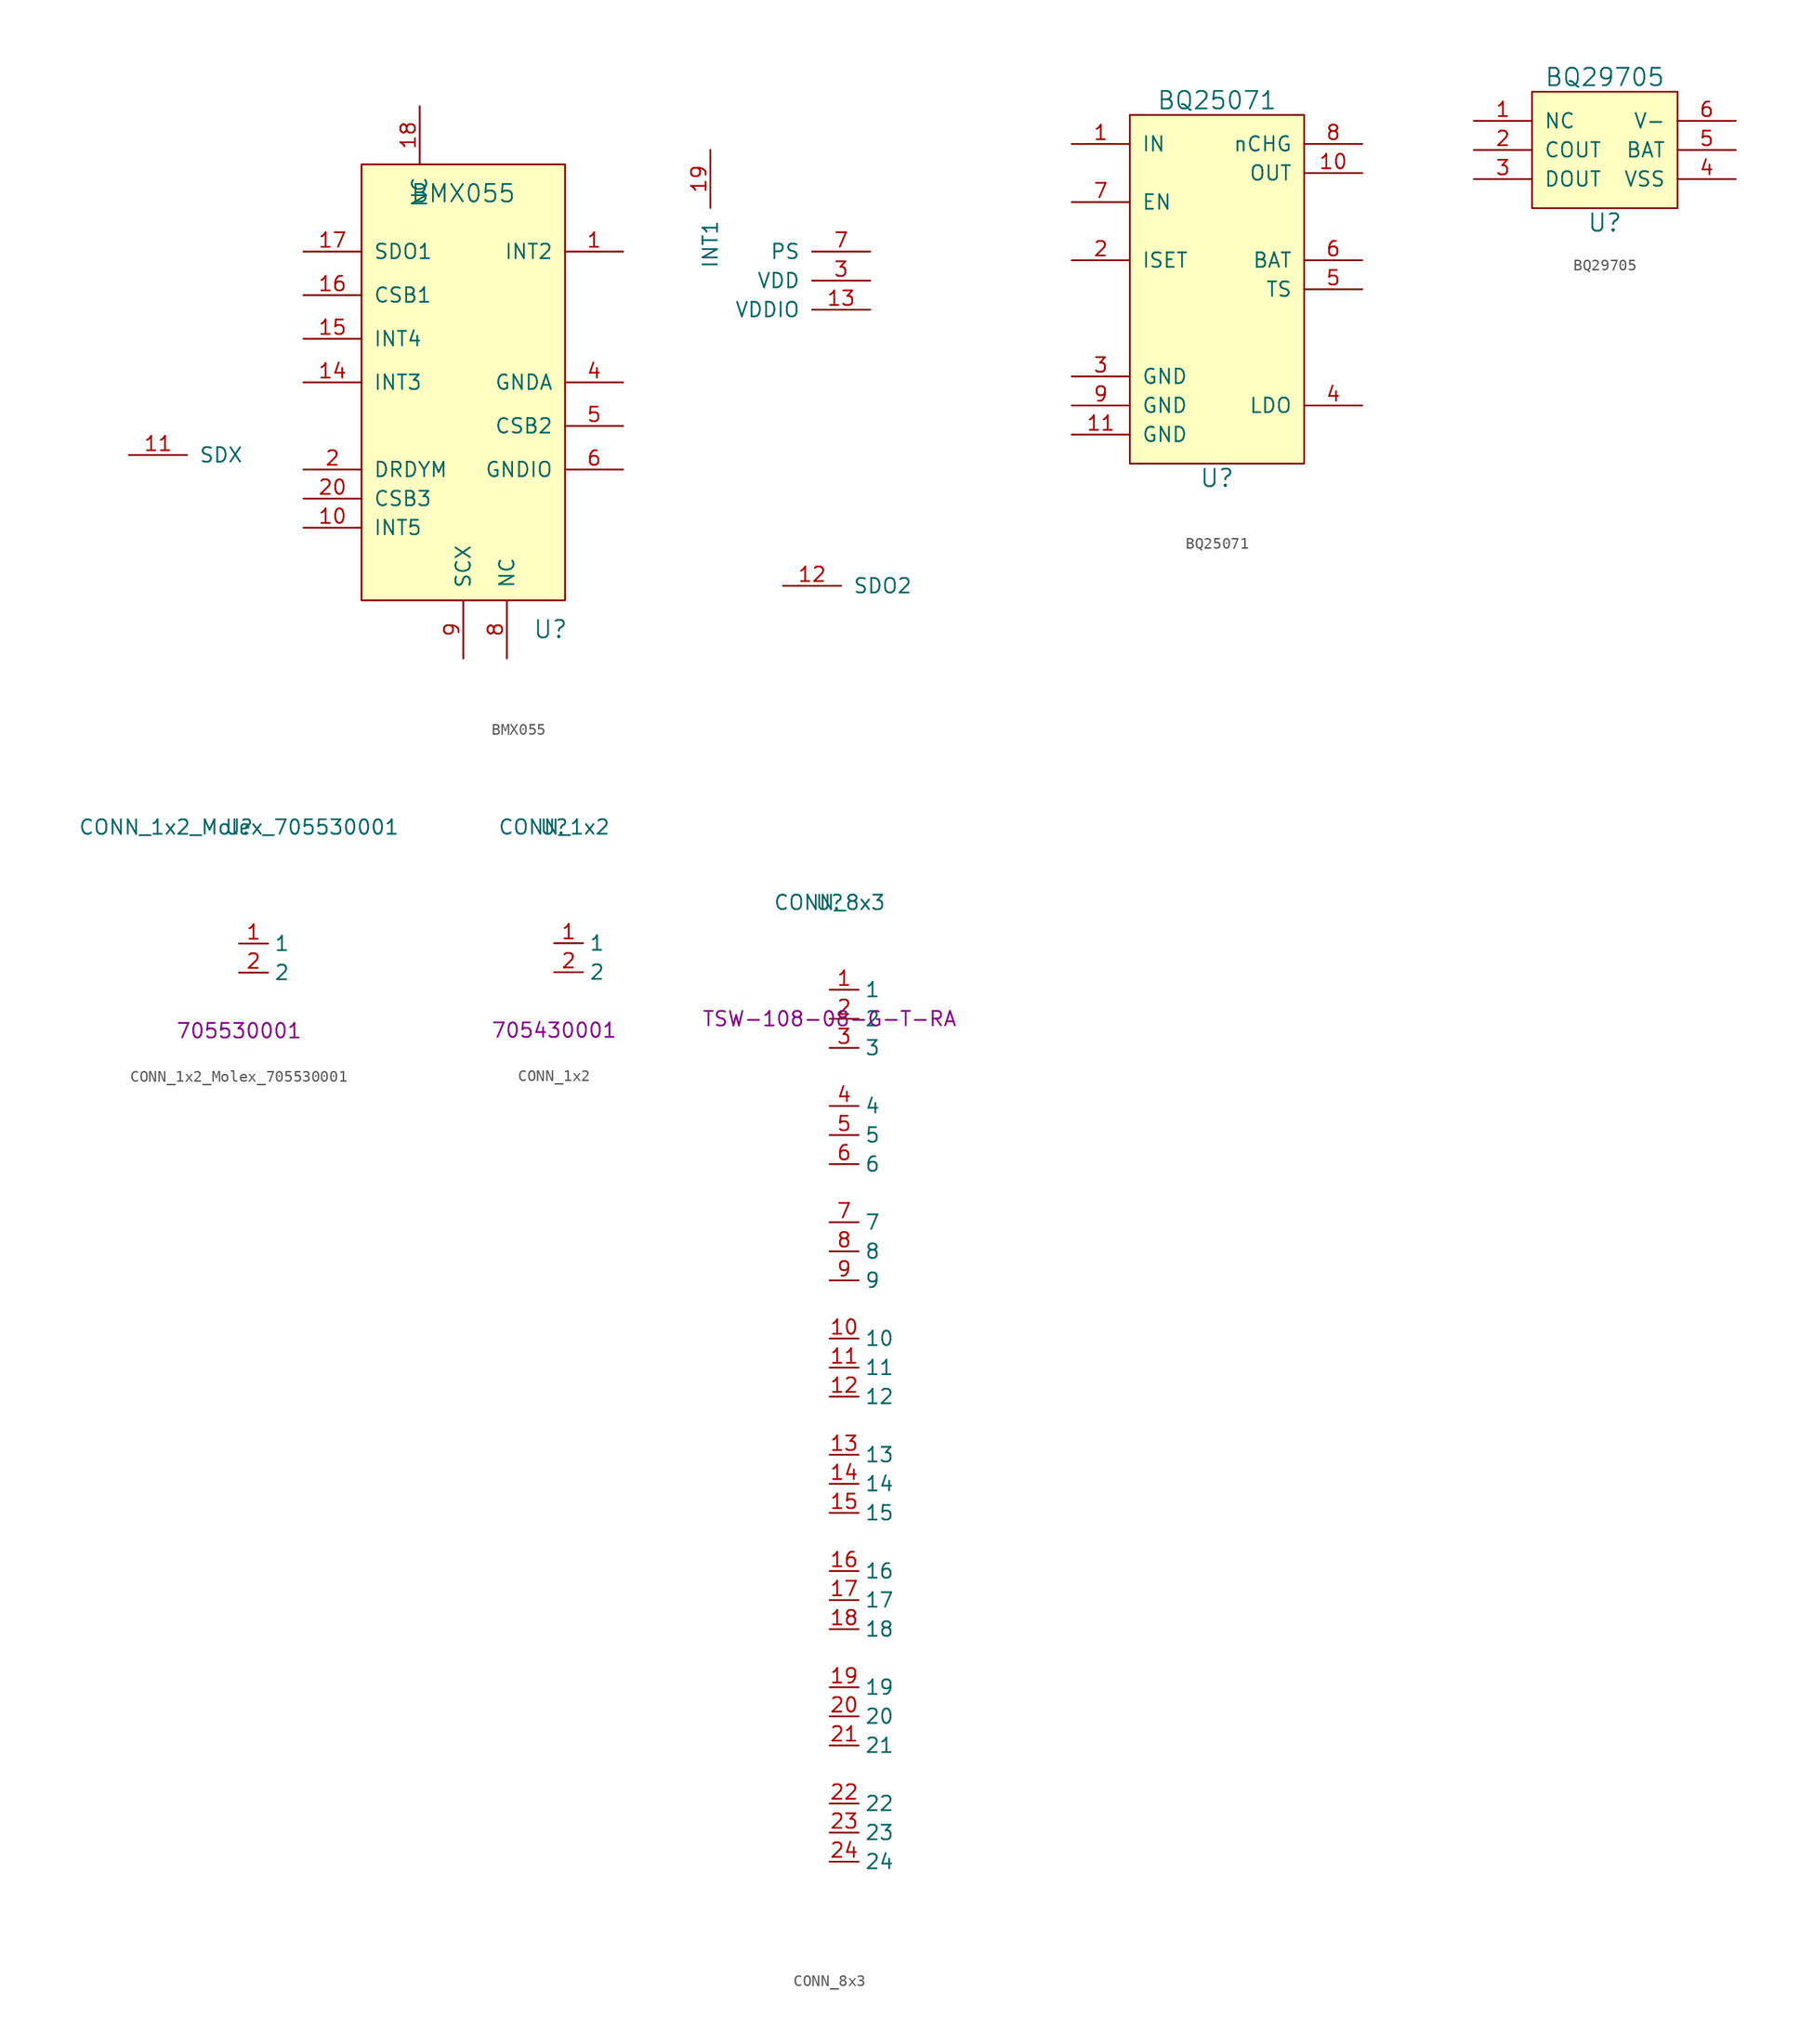
<source format=kicad_sym>
(kicad_symbol_lib
  (version 20211014)
  (generator kicad_symbol_editor)
  (symbol "BMX055"
    (pin_names
      (offset 1.016))
    (property "Reference" "U"
      (at 7.62 -21.59 0)
      (effects (font (size 1.524 1.524))))
    (property "Value" "BMX055"
      (at 0 16.51 0)
      (effects (font (size 1.524 1.524))))
    (property "Footprint" ""
      (at 0 0 0)
      (effects (font (size 1.524 1.524))))
    (property "Datasheet" ""
      (at 0 0 0)
      (effects (font (size 1.524 1.524))))
    (symbol "BMX055_0_1"
      (rectangle (start -8.89 19.05) (end 8.89 -19.05) (stroke (width 0) (type default) (color 0 0 0 0)) (fill (type background))))
    (symbol "BMX055_1_1"
      (pin input line (at 13.97 11.43 180) (length 5.08) (name "INT2" (effects (font (size 1.27 1.27)))) (number "1" (effects (font (size 1.27 1.27)))))
      (pin input line (at -13.97 -12.7 0) (length 5.08) (name "INT5" (effects (font (size 1.27 1.27)))) (number "10" (effects (font (size 1.27 1.27)))))
      (pin input line (at -29.21 -6.35 0) (length 5.08) (name "SDX" (effects (font (size 1.27 1.27)))) (number "11" (effects (font (size 1.27 1.27)))))
      (pin input line (at 27.94 -17.78 0) (length 5.08) (name "SDO2" (effects (font (size 1.27 1.27)))) (number "12" (effects (font (size 1.27 1.27)))))
      (pin input line (at 35.56 6.35 180) (length 5.08) (name "VDDIO" (effects (font (size 1.27 1.27)))) (number "13" (effects (font (size 1.27 1.27)))))
      (pin input line (at -13.97 0 0) (length 5.08) (name "INT3" (effects (font (size 1.27 1.27)))) (number "14" (effects (font (size 1.27 1.27)))))
      (pin input line (at -13.97 3.81 0) (length 5.08) (name "INT4" (effects (font (size 1.27 1.27)))) (number "15" (effects (font (size 1.27 1.27)))))
      (pin input line (at -13.97 7.62 0) (length 5.08) (name "CSB1" (effects (font (size 1.27 1.27)))) (number "16" (effects (font (size 1.27 1.27)))))
      (pin input line (at -13.97 11.43 0) (length 5.08) (name "SDO1" (effects (font (size 1.27 1.27)))) (number "17" (effects (font (size 1.27 1.27)))))
      (pin input line (at -3.81 24.13 270) (length 5.08) (name "NC" (effects (font (size 1.27 1.27)))) (number "18" (effects (font (size 1.27 1.27)))))
      (pin input line (at 21.59 20.32 270) (length 5.08) (name "INT1" (effects (font (size 1.27 1.27)))) (number "19" (effects (font (size 1.27 1.27)))))
      (pin input line (at -13.97 -7.62 0) (length 5.08) (name "DRDYM" (effects (font (size 1.27 1.27)))) (number "2" (effects (font (size 1.27 1.27)))))
      (pin input line (at -13.97 -10.16 0) (length 5.08) (name "CSB3" (effects (font (size 1.27 1.27)))) (number "20" (effects (font (size 1.27 1.27)))))
      (pin input line (at 35.56 8.89 180) (length 5.08) (name "VDD" (effects (font (size 1.27 1.27)))) (number "3" (effects (font (size 1.27 1.27)))))
      (pin input line (at 13.97 0 180) (length 5.08) (name "GNDA" (effects (font (size 1.27 1.27)))) (number "4" (effects (font (size 1.27 1.27)))))
      (pin input line (at 13.97 -3.81 180) (length 5.08) (name "CSB2" (effects (font (size 1.27 1.27)))) (number "5" (effects (font (size 1.27 1.27)))))
      (pin input line (at 13.97 -7.62 180) (length 5.08) (name "GNDIO" (effects (font (size 1.27 1.27)))) (number "6" (effects (font (size 1.27 1.27)))))
      (pin input line (at 35.56 11.43 180) (length 5.08) (name "PS" (effects (font (size 1.27 1.27)))) (number "7" (effects (font (size 1.27 1.27)))))
      (pin input line (at 3.81 -24.13 90) (length 5.08) (name "NC" (effects (font (size 1.27 1.27)))) (number "8" (effects (font (size 1.27 1.27)))))
      (pin input line (at 0 -24.13 90) (length 5.08) (name "SCX" (effects (font (size 1.27 1.27)))) (number "9" (effects (font (size 1.27 1.27)))))))
  (symbol "BQ25071"
    (pin_names
      (offset 1.016))
    (property "Reference" "U"
      (at 0 -19.05 0)
      (effects (font (size 1.524 1.524))))
    (property "Value" "BQ25071"
      (at 0 13.97 0)
      (effects (font (size 1.524 1.524))))
    (property "Footprint" ""
      (at -5.08 8.89 0)
      (effects (font (size 1.524 1.524))))
    (property "Datasheet" ""
      (at -5.08 8.89 0)
      (effects (font (size 1.524 1.524))))
    (symbol "BQ25071_0_1"
      (rectangle (start -7.62 12.7) (end 7.62 -17.78) (stroke (width 0) (type default) (color 0 0 0 0)) (fill (type background))))
    (symbol "BQ25071_1_1"
      (pin input line (at -12.7 10.16 0) (length 5.08) (name "IN" (effects (font (size 1.27 1.27)))) (number "1" (effects (font (size 1.27 1.27)))))
      (pin input line (at 12.7 7.62 180) (length 5.08) (name "OUT" (effects (font (size 1.27 1.27)))) (number "10" (effects (font (size 1.27 1.27)))))
      (pin input line (at -12.7 -15.24 0) (length 5.08) (name "GND" (effects (font (size 1.27 1.27)))) (number "11" (effects (font (size 1.27 1.27)))))
      (pin input line (at -12.7 0 0) (length 5.08) (name "ISET" (effects (font (size 1.27 1.27)))) (number "2" (effects (font (size 1.27 1.27)))))
      (pin input line (at -12.7 -10.16 0) (length 5.08) (name "GND" (effects (font (size 1.27 1.27)))) (number "3" (effects (font (size 1.27 1.27)))))
      (pin input line (at 12.7 -12.7 180) (length 5.08) (name "LDO" (effects (font (size 1.27 1.27)))) (number "4" (effects (font (size 1.27 1.27)))))
      (pin input line (at 12.7 -2.54 180) (length 5.08) (name "TS" (effects (font (size 1.27 1.27)))) (number "5" (effects (font (size 1.27 1.27)))))
      (pin input line (at 12.7 0 180) (length 5.08) (name "BAT" (effects (font (size 1.27 1.27)))) (number "6" (effects (font (size 1.27 1.27)))))
      (pin input line (at -12.7 5.08 0) (length 5.08) (name "EN" (effects (font (size 1.27 1.27)))) (number "7" (effects (font (size 1.27 1.27)))))
      (pin input line (at 12.7 10.16 180) (length 5.08) (name "nCHG" (effects (font (size 1.27 1.27)))) (number "8" (effects (font (size 1.27 1.27)))))
      (pin input line (at -12.7 -12.7 0) (length 5.08) (name "GND" (effects (font (size 1.27 1.27)))) (number "9" (effects (font (size 1.27 1.27)))))))
  (symbol "BQ29705"
    (pin_names
      (offset 1.016))
    (property "Reference" "U"
      (at 0 -6.35 0)
      (effects (font (size 1.524 1.524))))
    (property "Value" "BQ29705"
      (at 0 6.35 0)
      (effects (font (size 1.524 1.524))))
    (symbol "BQ29705_0_1"
      (rectangle (start -6.35 -5.08) (end 6.35 5.08) (stroke (width 0) (type default) (color 0 0 0 0)) (fill (type background))))
    (symbol "BQ29705_1_1"
      (pin input line (at -11.43 2.54 0) (length 5.08) (name "NC" (effects (font (size 1.27 1.27)))) (number "1" (effects (font (size 1.27 1.27)))))
      (pin input line (at -11.43 0 0) (length 5.08) (name "COUT" (effects (font (size 1.27 1.27)))) (number "2" (effects (font (size 1.27 1.27)))))
      (pin input line (at -11.43 -2.54 0) (length 5.08) (name "DOUT" (effects (font (size 1.27 1.27)))) (number "3" (effects (font (size 1.27 1.27)))))
      (pin input line (at 11.43 -2.54 180) (length 5.08) (name "VSS" (effects (font (size 1.27 1.27)))) (number "4" (effects (font (size 1.27 1.27)))))
      (pin input line (at 11.43 0 180) (length 5.08) (name "BAT" (effects (font (size 1.27 1.27)))) (number "5" (effects (font (size 1.27 1.27)))))
      (pin input line (at 11.43 2.54 180) (length 5.08) (name "V-" (effects (font (size 1.27 1.27)))) (number "6" (effects (font (size 1.27 1.27)))))))
  (symbol "CONN_1x2_Molex_705530001"
    (property "Reference" "U"
      (at 0 10.16 0)
      (effects (font (size 1.27 1.27))))
    (property "Value" "CONN_1x2_Molex_705530001"
      (at 0 10.16 0)
      (effects (font (size 1.27 1.27))))
    (property "Part Number" "705530001"
      (at 0 -7.62 0)
      (effects (font (size 1.27 1.27))))
    (symbol "CONN_1x2_Molex_705530001_1_1"
      (pin input line (at 0 0 0) (length 2.54) (name "1" (effects (font (size 1.27 1.27)))) (number "1" (effects (font (size 1.27 1.27)))))
      (pin input line (at 0 -2.54 0) (length 2.54) (name "2" (effects (font (size 1.27 1.27)))) (number "2" (effects (font (size 1.27 1.27)))))))
  (symbol "CONN_1x2"
    (property "Reference" "U"
      (at 0 10.16 0)
      (effects (font (size 1.27 1.27))))
    (property "Value" "CONN_1x2"
      (at 0 10.16 0)
      (effects (font (size 1.27 1.27))))
    (property "Part Number" "705430001"
      (at 0 -7.62 0)
      (effects (font (size 1.27 1.27))))
    (symbol "CONN_1x2_1_1"
      (pin input line (at 0 0 0) (length 2.54) (name "1" (effects (font (size 1.27 1.27)))) (number "1" (effects (font (size 1.27 1.27)))))
      (pin input line (at 0 -2.54 0) (length 2.54) (name "2" (effects (font (size 1.27 1.27)))) (number "2" (effects (font (size 1.27 1.27)))))))
  (symbol "CONN_8x3"
    (property "Reference" "U"
      (at 0 10.16 0)
      (effects (font (size 1.27 1.27))))
    (property "Value" "CONN_8x3"
      (at 0 10.16 0)
      (effects (font (size 1.27 1.27))))
    (property "Part Number" "TSW-108-08-G-T-RA"
      (at 0 0 0)
      (effects (font (size 1.27 1.27))))
    (symbol "CONN_8x3_1_1"
      (pin input line (at 0 2.54 0) (length 2.54) (name "1" (effects (font (size 1.27 1.27)))) (number "1" (effects (font (size 1.27 1.27)))))
      (pin input line (at 0 -27.94 0) (length 2.54) (name "10" (effects (font (size 1.27 1.27)))) (number "10" (effects (font (size 1.27 1.27)))))
      (pin input line (at 0 -30.48 0) (length 2.54) (name "11" (effects (font (size 1.27 1.27)))) (number "11" (effects (font (size 1.27 1.27)))))
      (pin input line (at 0 -33.02 0) (length 2.54) (name "12" (effects (font (size 1.27 1.27)))) (number "12" (effects (font (size 1.27 1.27)))))
      (pin input line (at 0 -38.1 0) (length 2.54) (name "13" (effects (font (size 1.27 1.27)))) (number "13" (effects (font (size 1.27 1.27)))))
      (pin input line (at 0 -40.64 0) (length 2.54) (name "14" (effects (font (size 1.27 1.27)))) (number "14" (effects (font (size 1.27 1.27)))))
      (pin input line (at 0 -43.18 0) (length 2.54) (name "15" (effects (font (size 1.27 1.27)))) (number "15" (effects (font (size 1.27 1.27)))))
      (pin input line (at 0 -48.26 0) (length 2.54) (name "16" (effects (font (size 1.27 1.27)))) (number "16" (effects (font (size 1.27 1.27)))))
      (pin input line (at 0 -50.8 0) (length 2.54) (name "17" (effects (font (size 1.27 1.27)))) (number "17" (effects (font (size 1.27 1.27)))))
      (pin input line (at 0 -53.34 0) (length 2.54) (name "18" (effects (font (size 1.27 1.27)))) (number "18" (effects (font (size 1.27 1.27)))))
      (pin input line (at 0 -58.42 0) (length 2.54) (name "19" (effects (font (size 1.27 1.27)))) (number "19" (effects (font (size 1.27 1.27)))))
      (pin input line (at 0 0 0) (length 2.54) (name "2" (effects (font (size 1.27 1.27)))) (number "2" (effects (font (size 1.27 1.27)))))
      (pin input line (at 0 -60.96 0) (length 2.54) (name "20" (effects (font (size 1.27 1.27)))) (number "20" (effects (font (size 1.27 1.27)))))
      (pin input line (at 0 -63.5 0) (length 2.54) (name "21" (effects (font (size 1.27 1.27)))) (number "21" (effects (font (size 1.27 1.27)))))
      (pin input line (at 0 -68.58 0) (length 2.54) (name "22" (effects (font (size 1.27 1.27)))) (number "22" (effects (font (size 1.27 1.27)))))
      (pin input line (at 0 -71.12 0) (length 2.54) (name "23" (effects (font (size 1.27 1.27)))) (number "23" (effects (font (size 1.27 1.27)))))
      (pin input line (at 0 -73.66 0) (length 2.54) (name "24" (effects (font (size 1.27 1.27)))) (number "24" (effects (font (size 1.27 1.27)))))
      (pin input line (at 0 -2.54 0) (length 2.54) (name "3" (effects (font (size 1.27 1.27)))) (number "3" (effects (font (size 1.27 1.27)))))
      (pin input line (at 0 -7.62 0) (length 2.54) (name "4" (effects (font (size 1.27 1.27)))) (number "4" (effects (font (size 1.27 1.27)))))
      (pin input line (at 0 -10.16 0) (length 2.54) (name "5" (effects (font (size 1.27 1.27)))) (number "5" (effects (font (size 1.27 1.27)))))
      (pin input line (at 0 -12.7 0) (length 2.54) (name "6" (effects (font (size 1.27 1.27)))) (number "6" (effects (font (size 1.27 1.27)))))
      (pin input line (at 0 -17.78 0) (length 2.54) (name "7" (effects (font (size 1.27 1.27)))) (number "7" (effects (font (size 1.27 1.27)))))
      (pin input line (at 0 -20.32 0) (length 2.54) (name "8" (effects (font (size 1.27 1.27)))) (number "8" (effects (font (size 1.27 1.27)))))
      (pin input line (at 0 -22.86 0) (length 2.54) (name "9" (effects (font (size 1.27 1.27)))) (number "9" (effects (font (size 1.27 1.27))))))))
</source>
